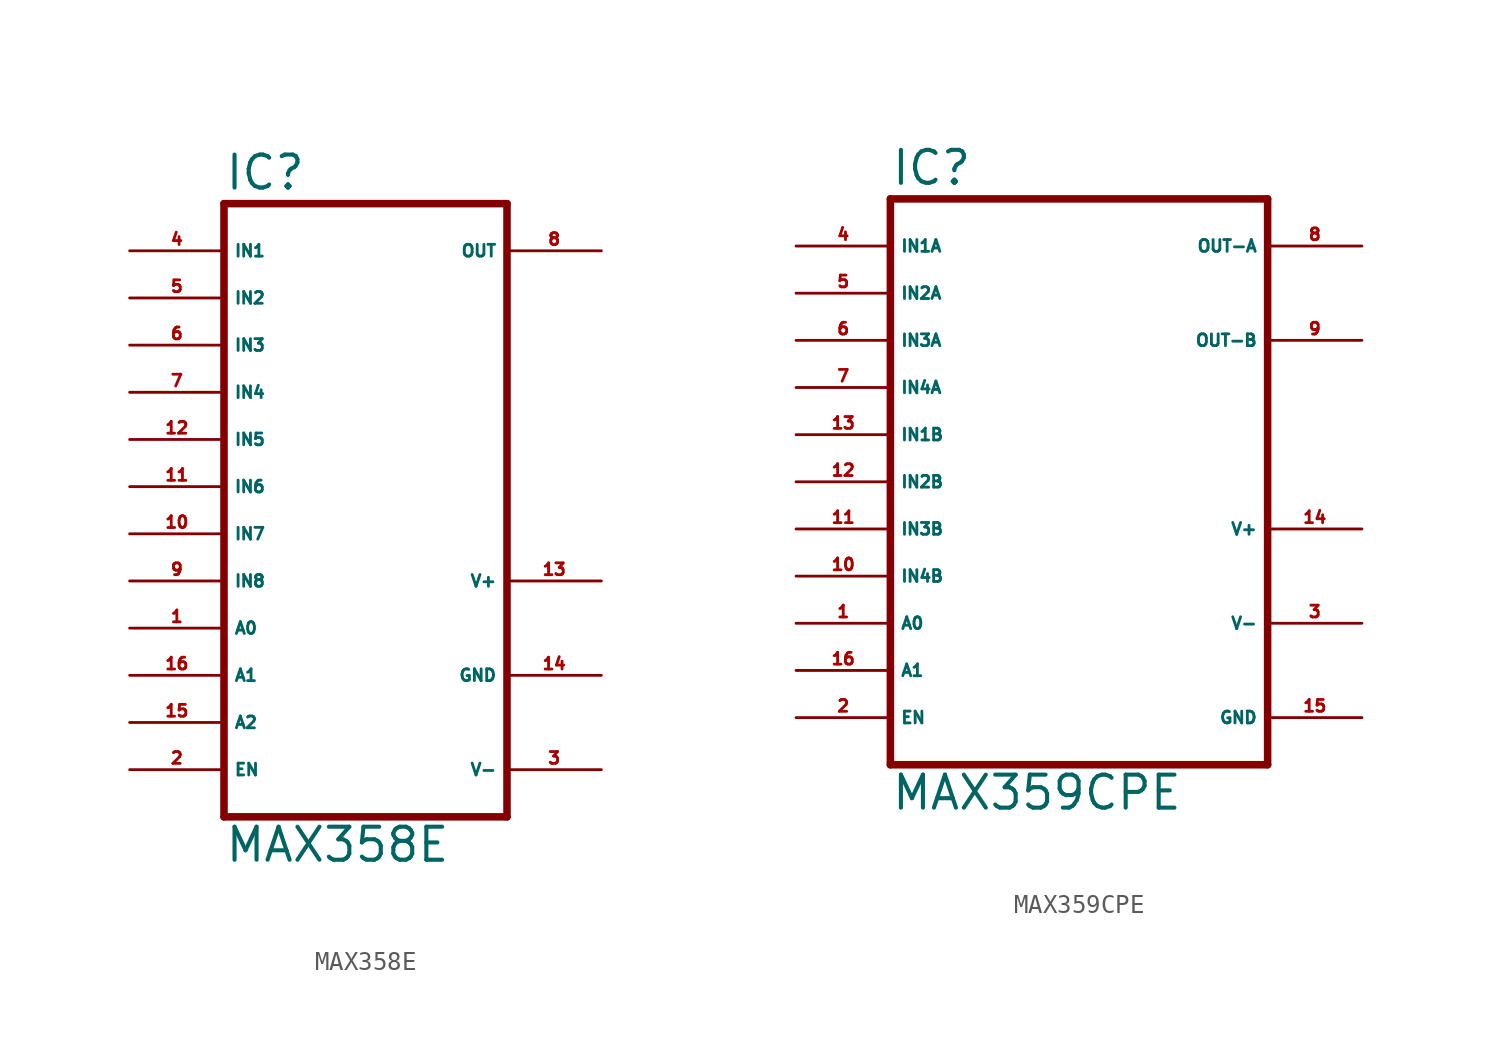
<source format=kicad_sym>
(kicad_symbol_lib
  (version 20220914)
  (generator Eagle2Kicad)
  (symbol "MAX358E"
    (property "Reference" "IC"
      (at -7.62 15.875 0)
      (effects (font (size 1.778 1.778) (thickness 0.22)) (justify left bottom)))
    (property "Value" "MAX358E"
      (at -7.62 -20.32 0)
      (effects (font (size 1.778 1.778) (thickness 0.22)) (justify left bottom)))
    (polyline
      (pts (xy 7.62 -17.78) (xy -7.62 -17.78))
      (stroke (width 0.406) (type default))
      (fill (type none)))
    (polyline
      (pts (xy -7.62 15.24) (xy -7.62 -17.78))
      (stroke (width 0.406) (type default))
      (fill (type none)))
    (polyline
      (pts (xy -7.62 15.24) (xy 7.62 15.24))
      (stroke (width 0.406) (type default))
      (fill (type none)))
    (polyline
      (pts (xy 7.62 -17.78) (xy 7.62 15.24))
      (stroke (width 0.406) (type default))
      (fill (type none)))
    (pin passive line
      (at -12.7 12.7 0)
      (length 5.08)
      (name "IN1" (effects (font (size 0.635 0.635) (thickness 0.08)) (justify left bottom)))
      (number "4" (effects (font (size 0.635 0.635) (thickness 0.08)) (justify left bottom))))
    (pin passive line
      (at -12.7 10.16 0)
      (length 5.08)
      (name "IN2" (effects (font (size 0.635 0.635) (thickness 0.08)) (justify left bottom)))
      (number "5" (effects (font (size 0.635 0.635) (thickness 0.08)) (justify left bottom))))
    (pin passive line
      (at -12.7 7.62 0)
      (length 5.08)
      (name "IN3" (effects (font (size 0.635 0.635) (thickness 0.08)) (justify left bottom)))
      (number "6" (effects (font (size 0.635 0.635) (thickness 0.08)) (justify left bottom))))
    (pin passive line
      (at -12.7 5.08 0)
      (length 5.08)
      (name "IN4" (effects (font (size 0.635 0.635) (thickness 0.08)) (justify left bottom)))
      (number "7" (effects (font (size 0.635 0.635) (thickness 0.08)) (justify left bottom))))
    (pin passive line
      (at -12.7 2.54 0)
      (length 5.08)
      (name "IN5" (effects (font (size 0.635 0.635) (thickness 0.08)) (justify left bottom)))
      (number "12" (effects (font (size 0.635 0.635) (thickness 0.08)) (justify left bottom))))
    (pin passive line
      (at -12.7 0 0)
      (length 5.08)
      (name "IN6" (effects (font (size 0.635 0.635) (thickness 0.08)) (justify left bottom)))
      (number "11" (effects (font (size 0.635 0.635) (thickness 0.08)) (justify left bottom))))
    (pin passive line
      (at -12.7 -2.54 0)
      (length 5.08)
      (name "IN7" (effects (font (size 0.635 0.635) (thickness 0.08)) (justify left bottom)))
      (number "10" (effects (font (size 0.635 0.635) (thickness 0.08)) (justify left bottom))))
    (pin passive line
      (at -12.7 -5.08 0)
      (length 5.08)
      (name "IN8" (effects (font (size 0.635 0.635) (thickness 0.08)) (justify left bottom)))
      (number "9" (effects (font (size 0.635 0.635) (thickness 0.08)) (justify left bottom))))
    (pin input line
      (at -12.7 -15.24 0)
      (length 5.08)
      (name "EN" (effects (font (size 0.635 0.635) (thickness 0.08)) (justify left bottom)))
      (number "2" (effects (font (size 0.635 0.635) (thickness 0.08)) (justify left bottom))))
    (pin passive line
      (at 12.7 12.7 180)
      (length 5.08)
      (name "OUT" (effects (font (size 0.635 0.635) (thickness 0.08)) (justify left bottom)))
      (number "8" (effects (font (size 0.635 0.635) (thickness 0.08)) (justify left bottom))))
    (pin input line
      (at -12.7 -7.62 0)
      (length 5.08)
      (name "A0" (effects (font (size 0.635 0.635) (thickness 0.08)) (justify left bottom)))
      (number "1" (effects (font (size 0.635 0.635) (thickness 0.08)) (justify left bottom))))
    (pin input line
      (at -12.7 -10.16 0)
      (length 5.08)
      (name "A1" (effects (font (size 0.635 0.635) (thickness 0.08)) (justify left bottom)))
      (number "16" (effects (font (size 0.635 0.635) (thickness 0.08)) (justify left bottom))))
    (pin input line
      (at -12.7 -12.7 0)
      (length 5.08)
      (name "A2" (effects (font (size 0.635 0.635) (thickness 0.08)) (justify left bottom)))
      (number "15" (effects (font (size 0.635 0.635) (thickness 0.08)) (justify left bottom))))
    (pin unspecified line
      (at 12.7 -10.16 180)
      (length 5.08)
      (name "GND" (effects (font (size 0.635 0.635) (thickness 0.08)) (justify left bottom)))
      (number "14" (effects (font (size 0.635 0.635) (thickness 0.08)) (justify left bottom))))
    (pin unspecified line
      (at 12.7 -15.24 180)
      (length 5.08)
      (name "V-" (effects (font (size 0.635 0.635) (thickness 0.08)) (justify left bottom)))
      (number "3" (effects (font (size 0.635 0.635) (thickness 0.08)) (justify left bottom))))
    (pin unspecified line
      (at 12.7 -5.08 180)
      (length 5.08)
      (name "V+" (effects (font (size 0.635 0.635) (thickness 0.08)) (justify left bottom)))
      (number "13" (effects (font (size 0.635 0.635) (thickness 0.08)) (justify left bottom)))))
  (symbol "MAX359CPE"
    (property "Reference" "IC"
      (at -10.16 15.875 0)
      (effects (font (size 1.778 1.778) (thickness 0.22)) (justify left bottom)))
    (property "Value" "MAX359CPE"
      (at -10.16 -17.78 0)
      (effects (font (size 1.778 1.778) (thickness 0.22)) (justify left bottom)))
    (polyline
      (pts (xy 10.16 -15.24) (xy -10.16 -15.24))
      (stroke (width 0.406) (type default))
      (fill (type none)))
    (polyline
      (pts (xy -10.16 15.24) (xy -10.16 -15.24))
      (stroke (width 0.406) (type default))
      (fill (type none)))
    (polyline
      (pts (xy -10.16 15.24) (xy 10.16 15.24))
      (stroke (width 0.406) (type default))
      (fill (type none)))
    (polyline
      (pts (xy 10.16 -15.24) (xy 10.16 15.24))
      (stroke (width 0.406) (type default))
      (fill (type none)))
    (pin passive line
      (at -15.24 12.7 0)
      (length 5.08)
      (name "IN1A" (effects (font (size 0.635 0.635) (thickness 0.08)) (justify left bottom)))
      (number "4" (effects (font (size 0.635 0.635) (thickness 0.08)) (justify left bottom))))
    (pin passive line
      (at -15.24 10.16 0)
      (length 5.08)
      (name "IN2A" (effects (font (size 0.635 0.635) (thickness 0.08)) (justify left bottom)))
      (number "5" (effects (font (size 0.635 0.635) (thickness 0.08)) (justify left bottom))))
    (pin passive line
      (at -15.24 7.62 0)
      (length 5.08)
      (name "IN3A" (effects (font (size 0.635 0.635) (thickness 0.08)) (justify left bottom)))
      (number "6" (effects (font (size 0.635 0.635) (thickness 0.08)) (justify left bottom))))
    (pin passive line
      (at -15.24 5.08 0)
      (length 5.08)
      (name "IN4A" (effects (font (size 0.635 0.635) (thickness 0.08)) (justify left bottom)))
      (number "7" (effects (font (size 0.635 0.635) (thickness 0.08)) (justify left bottom))))
    (pin passive line
      (at -15.24 2.54 0)
      (length 5.08)
      (name "IN1B" (effects (font (size 0.635 0.635) (thickness 0.08)) (justify left bottom)))
      (number "13" (effects (font (size 0.635 0.635) (thickness 0.08)) (justify left bottom))))
    (pin passive line
      (at -15.24 0 0)
      (length 5.08)
      (name "IN2B" (effects (font (size 0.635 0.635) (thickness 0.08)) (justify left bottom)))
      (number "12" (effects (font (size 0.635 0.635) (thickness 0.08)) (justify left bottom))))
    (pin passive line
      (at -15.24 -2.54 0)
      (length 5.08)
      (name "IN3B" (effects (font (size 0.635 0.635) (thickness 0.08)) (justify left bottom)))
      (number "11" (effects (font (size 0.635 0.635) (thickness 0.08)) (justify left bottom))))
    (pin passive line
      (at -15.24 -5.08 0)
      (length 5.08)
      (name "IN4B" (effects (font (size 0.635 0.635) (thickness 0.08)) (justify left bottom)))
      (number "10" (effects (font (size 0.635 0.635) (thickness 0.08)) (justify left bottom))))
    (pin input line
      (at -15.24 -12.7 0)
      (length 5.08)
      (name "EN" (effects (font (size 0.635 0.635) (thickness 0.08)) (justify left bottom)))
      (number "2" (effects (font (size 0.635 0.635) (thickness 0.08)) (justify left bottom))))
    (pin passive line
      (at 15.24 12.7 180)
      (length 5.08)
      (name "OUT-A" (effects (font (size 0.635 0.635) (thickness 0.08)) (justify left bottom)))
      (number "8" (effects (font (size 0.635 0.635) (thickness 0.08)) (justify left bottom))))
    (pin input line
      (at -15.24 -7.62 0)
      (length 5.08)
      (name "A0" (effects (font (size 0.635 0.635) (thickness 0.08)) (justify left bottom)))
      (number "1" (effects (font (size 0.635 0.635) (thickness 0.08)) (justify left bottom))))
    (pin input line
      (at -15.24 -10.16 0)
      (length 5.08)
      (name "A1" (effects (font (size 0.635 0.635) (thickness 0.08)) (justify left bottom)))
      (number "16" (effects (font (size 0.635 0.635) (thickness 0.08)) (justify left bottom))))
    (pin passive line
      (at 15.24 7.62 180)
      (length 5.08)
      (name "OUT-B" (effects (font (size 0.635 0.635) (thickness 0.08)) (justify left bottom)))
      (number "9" (effects (font (size 0.635 0.635) (thickness 0.08)) (justify left bottom))))
    (pin unspecified line
      (at 15.24 -12.7 180)
      (length 5.08)
      (name "GND" (effects (font (size 0.635 0.635) (thickness 0.08)) (justify left bottom)))
      (number "15" (effects (font (size 0.635 0.635) (thickness 0.08)) (justify left bottom))))
    (pin unspecified line
      (at 15.24 -7.62 180)
      (length 5.08)
      (name "V-" (effects (font (size 0.635 0.635) (thickness 0.08)) (justify left bottom)))
      (number "3" (effects (font (size 0.635 0.635) (thickness 0.08)) (justify left bottom))))
    (pin unspecified line
      (at 15.24 -2.54 180)
      (length 5.08)
      (name "V+" (effects (font (size 0.635 0.635) (thickness 0.08)) (justify left bottom)))
      (number "14" (effects (font (size 0.635 0.635) (thickness 0.08)) (justify left bottom))))))
</source>
